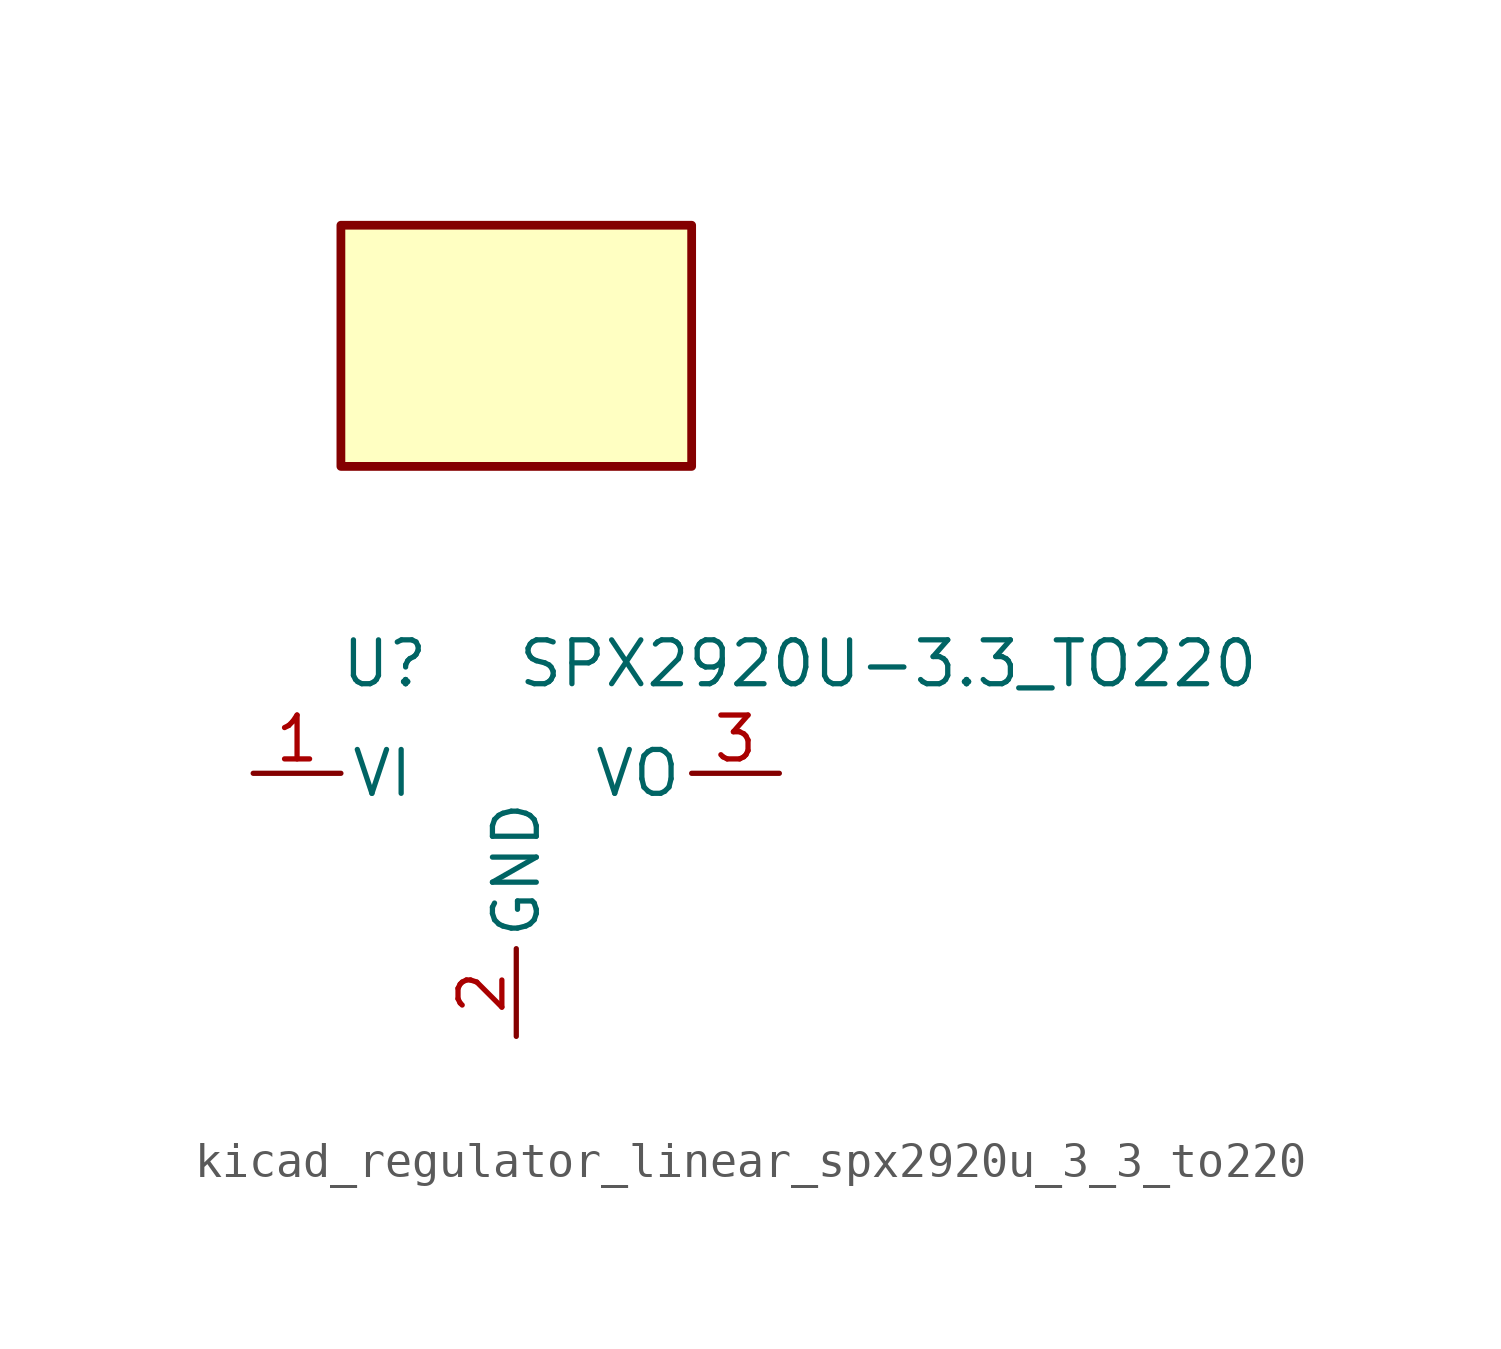
<source format=kicad_sym>
(kicad_symbol_lib
  (version 20220914)
  (generator kicad_symbol_editor)
  (symbol "kicad_regulator_linear_spx2920u_3_3_to220"
    (pin_names
      (offset 0.254))
    (property "Reference" "U"
      (at -3.81 3.175 0)
      (effects (font (size 1.27 1.27))))
    (property "Value" "SPX2920U-3.3_TO220"
      (at 0 3.175 0)
      (effects (font (size 1.27 1.27)) (justify left)))
    (symbol "kicad_regulator_linear_spx2920u_3_3_to220_0_1"
      (rectangle (start 5.08 15.875) (end -5.08 8.89) (stroke (width 0.254) (type default)) (fill (type background))))
    (symbol "kicad_regulator_linear_spx2920u_3_3_to220_1_1"
      (pin power_in line (at -7.62 0 0) (length 2.54) (name "VI" (effects (font (size 1.27 1.27)))) (number "1" (effects (font (size 1.27 1.27)))))
      (pin power_in line (at 0 -7.62 90) (length 2.54) (name "GND" (effects (font (size 1.27 1.27)))) (number "2" (effects (font (size 1.27 1.27)))))
      (pin power_out line (at 7.62 0 180) (length 2.54) (name "VO" (effects (font (size 1.27 1.27)))) (number "3" (effects (font (size 1.27 1.27))))))))
</source>
